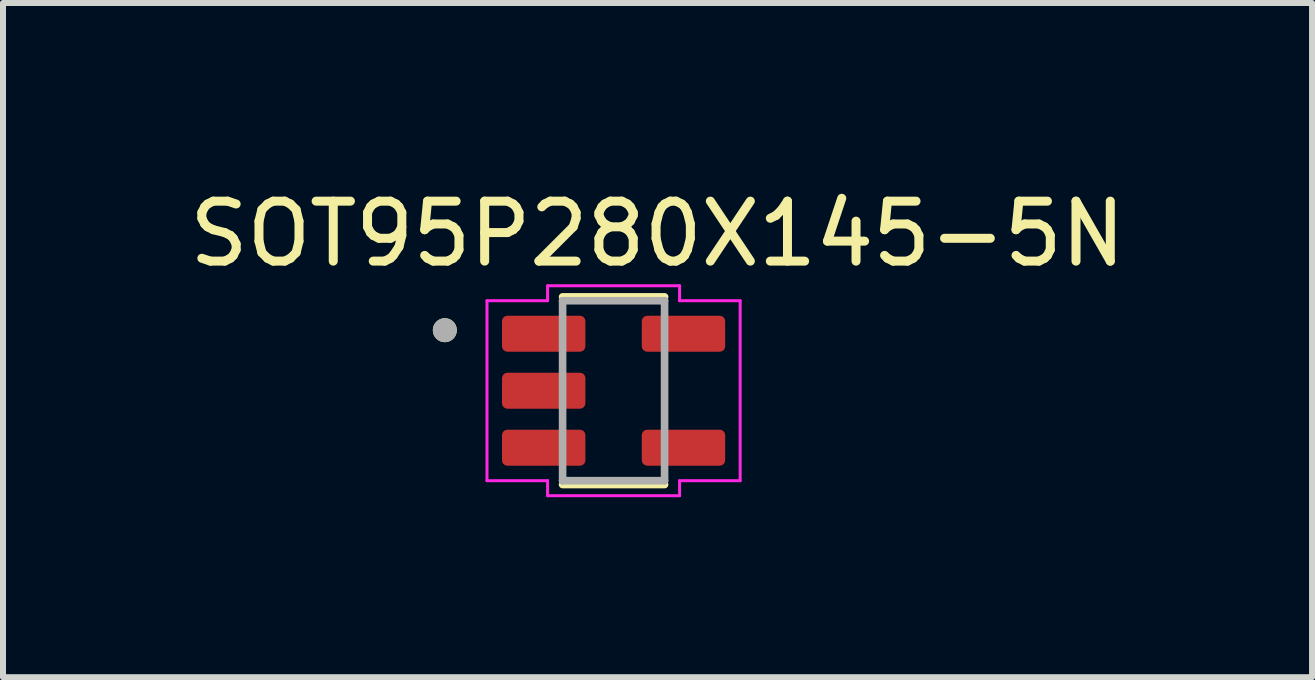
<source format=kicad_pcb>
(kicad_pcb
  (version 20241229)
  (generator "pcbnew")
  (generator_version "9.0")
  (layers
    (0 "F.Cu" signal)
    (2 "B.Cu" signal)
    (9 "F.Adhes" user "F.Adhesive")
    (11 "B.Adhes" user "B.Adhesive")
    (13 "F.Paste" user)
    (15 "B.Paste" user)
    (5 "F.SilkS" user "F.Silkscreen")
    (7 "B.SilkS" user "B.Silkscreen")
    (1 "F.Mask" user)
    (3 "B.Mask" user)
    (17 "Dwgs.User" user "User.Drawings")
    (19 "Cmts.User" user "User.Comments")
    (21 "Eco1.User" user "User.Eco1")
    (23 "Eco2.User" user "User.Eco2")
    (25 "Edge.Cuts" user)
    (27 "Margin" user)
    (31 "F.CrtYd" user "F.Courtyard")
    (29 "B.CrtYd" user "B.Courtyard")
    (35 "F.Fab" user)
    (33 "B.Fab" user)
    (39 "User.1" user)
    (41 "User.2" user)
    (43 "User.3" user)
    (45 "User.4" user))
  (footprint "SOT95P280X145-5N"
    (layer "F.Cu")
    (at 7.178 3.463)
    (property "Reference" "SOT95P280X145-5N" (at 0.732 -2.615 0) (layer "F.SilkS") (effects (font (size 1 1) (thickness 0.15))))
    (attr through_hole)
    (fp_line (start -0.85 -1.564) (end 0.85 -1.564) (stroke (width 0.127) (type solid)) (layer "F.SilkS"))
    (fp_line (start 0.85 1.564) (end -0.85 1.564) (stroke (width 0.127) (type solid)) (layer "F.SilkS"))
    (fp_circle (center -2.813 -1.009) (end -2.713 -1.009) (stroke (width 0.2) (type solid)) (fill no) (layer "F.SilkS"))
    (fp_line (start -2.11 -1.5) (end -2.11 1.5) (stroke (width 0.05) (type solid)) (layer "F.CrtYd"))
    (fp_line (start -1.1 -1.75) (end -1.1 -1.5) (stroke (width 0.05) (type solid)) (layer "F.CrtYd"))
    (fp_line (start -1.1 -1.75) (end 1.1 -1.75) (stroke (width 0.05) (type solid)) (layer "F.CrtYd"))
    (fp_line (start -1.1 -1.5) (end -2.11 -1.5) (stroke (width 0.05) (type solid)) (layer "F.CrtYd"))
    (fp_line (start -1.1 1.5) (end -2.11 1.5) (stroke (width 0.05) (type solid)) (layer "F.CrtYd"))
    (fp_line (start -1.1 1.75) (end -1.1 1.5) (stroke (width 0.05) (type solid)) (layer "F.CrtYd"))
    (fp_line (start -1.1 1.75) (end 1.1 1.75) (stroke (width 0.05) (type solid)) (layer "F.CrtYd"))
    (fp_line (start 1.1 -1.75) (end 1.1 -1.5) (stroke (width 0.05) (type solid)) (layer "F.CrtYd"))
    (fp_line (start 1.1 -1.5) (end 2.11 -1.5) (stroke (width 0.05) (type solid)) (layer "F.CrtYd"))
    (fp_line (start 1.1 1.5) (end 2.11 1.5) (stroke (width 0.05) (type solid)) (layer "F.CrtYd"))
    (fp_line (start 1.1 1.75) (end 1.1 1.5) (stroke (width 0.05) (type solid)) (layer "F.CrtYd"))
    (fp_line (start 2.11 -1.5) (end 2.11 1.5) (stroke (width 0.05) (type solid)) (layer "F.CrtYd"))
    (fp_line (start -0.85 -1.5) (end -0.85 1.5) (stroke (width 0.127) (type solid)) (layer "F.Fab"))
    (fp_line (start -0.85 -1.5) (end 0.85 -1.5) (stroke (width 0.127) (type solid)) (layer "F.Fab"))
    (fp_line (start -0.85 1.5) (end 0.85 1.5) (stroke (width 0.127) (type solid)) (layer "F.Fab"))
    (fp_line (start 0.85 1.5) (end 0.85 -1.5) (stroke (width 0.127) (type solid)) (layer "F.Fab"))
    (fp_circle (center -2.813 -1.009) (end -2.713 -1.009) (stroke (width 0.2) (type solid)) (fill no) (layer "F.Fab"))
    (pad "1" smd roundrect (at -1.165 -0.95) (size 1.39 0.6) (layers "F.Cu" "F.Mask" "F.Paste") (roundrect_rratio 0.15))
    (pad "2" smd roundrect (at -1.165 0) (size 1.39 0.6) (layers "F.Cu" "F.Mask" "F.Paste") (roundrect_rratio 0.15))
    (pad "3" smd roundrect (at -1.165 0.95) (size 1.39 0.6) (layers "F.Cu" "F.Mask" "F.Paste") (roundrect_rratio 0.15))
    (pad "4" smd roundrect (at 1.165 0.95 180) (size 1.39 0.6) (layers "F.Cu" "F.Mask" "F.Paste") (roundrect_rratio 0.15))
    (pad "5" smd roundrect (at 1.165 -0.95 180) (size 1.39 0.6) (layers "F.Cu" "F.Mask" "F.Paste") (roundrect_rratio 0.15)))
  (gr_rect
    (start -3 -3)
    (end 18.821 8.238)
    (stroke (width 0.1) (type default))
    (fill no)
    (layer "Edge.Cuts")))
</source>
